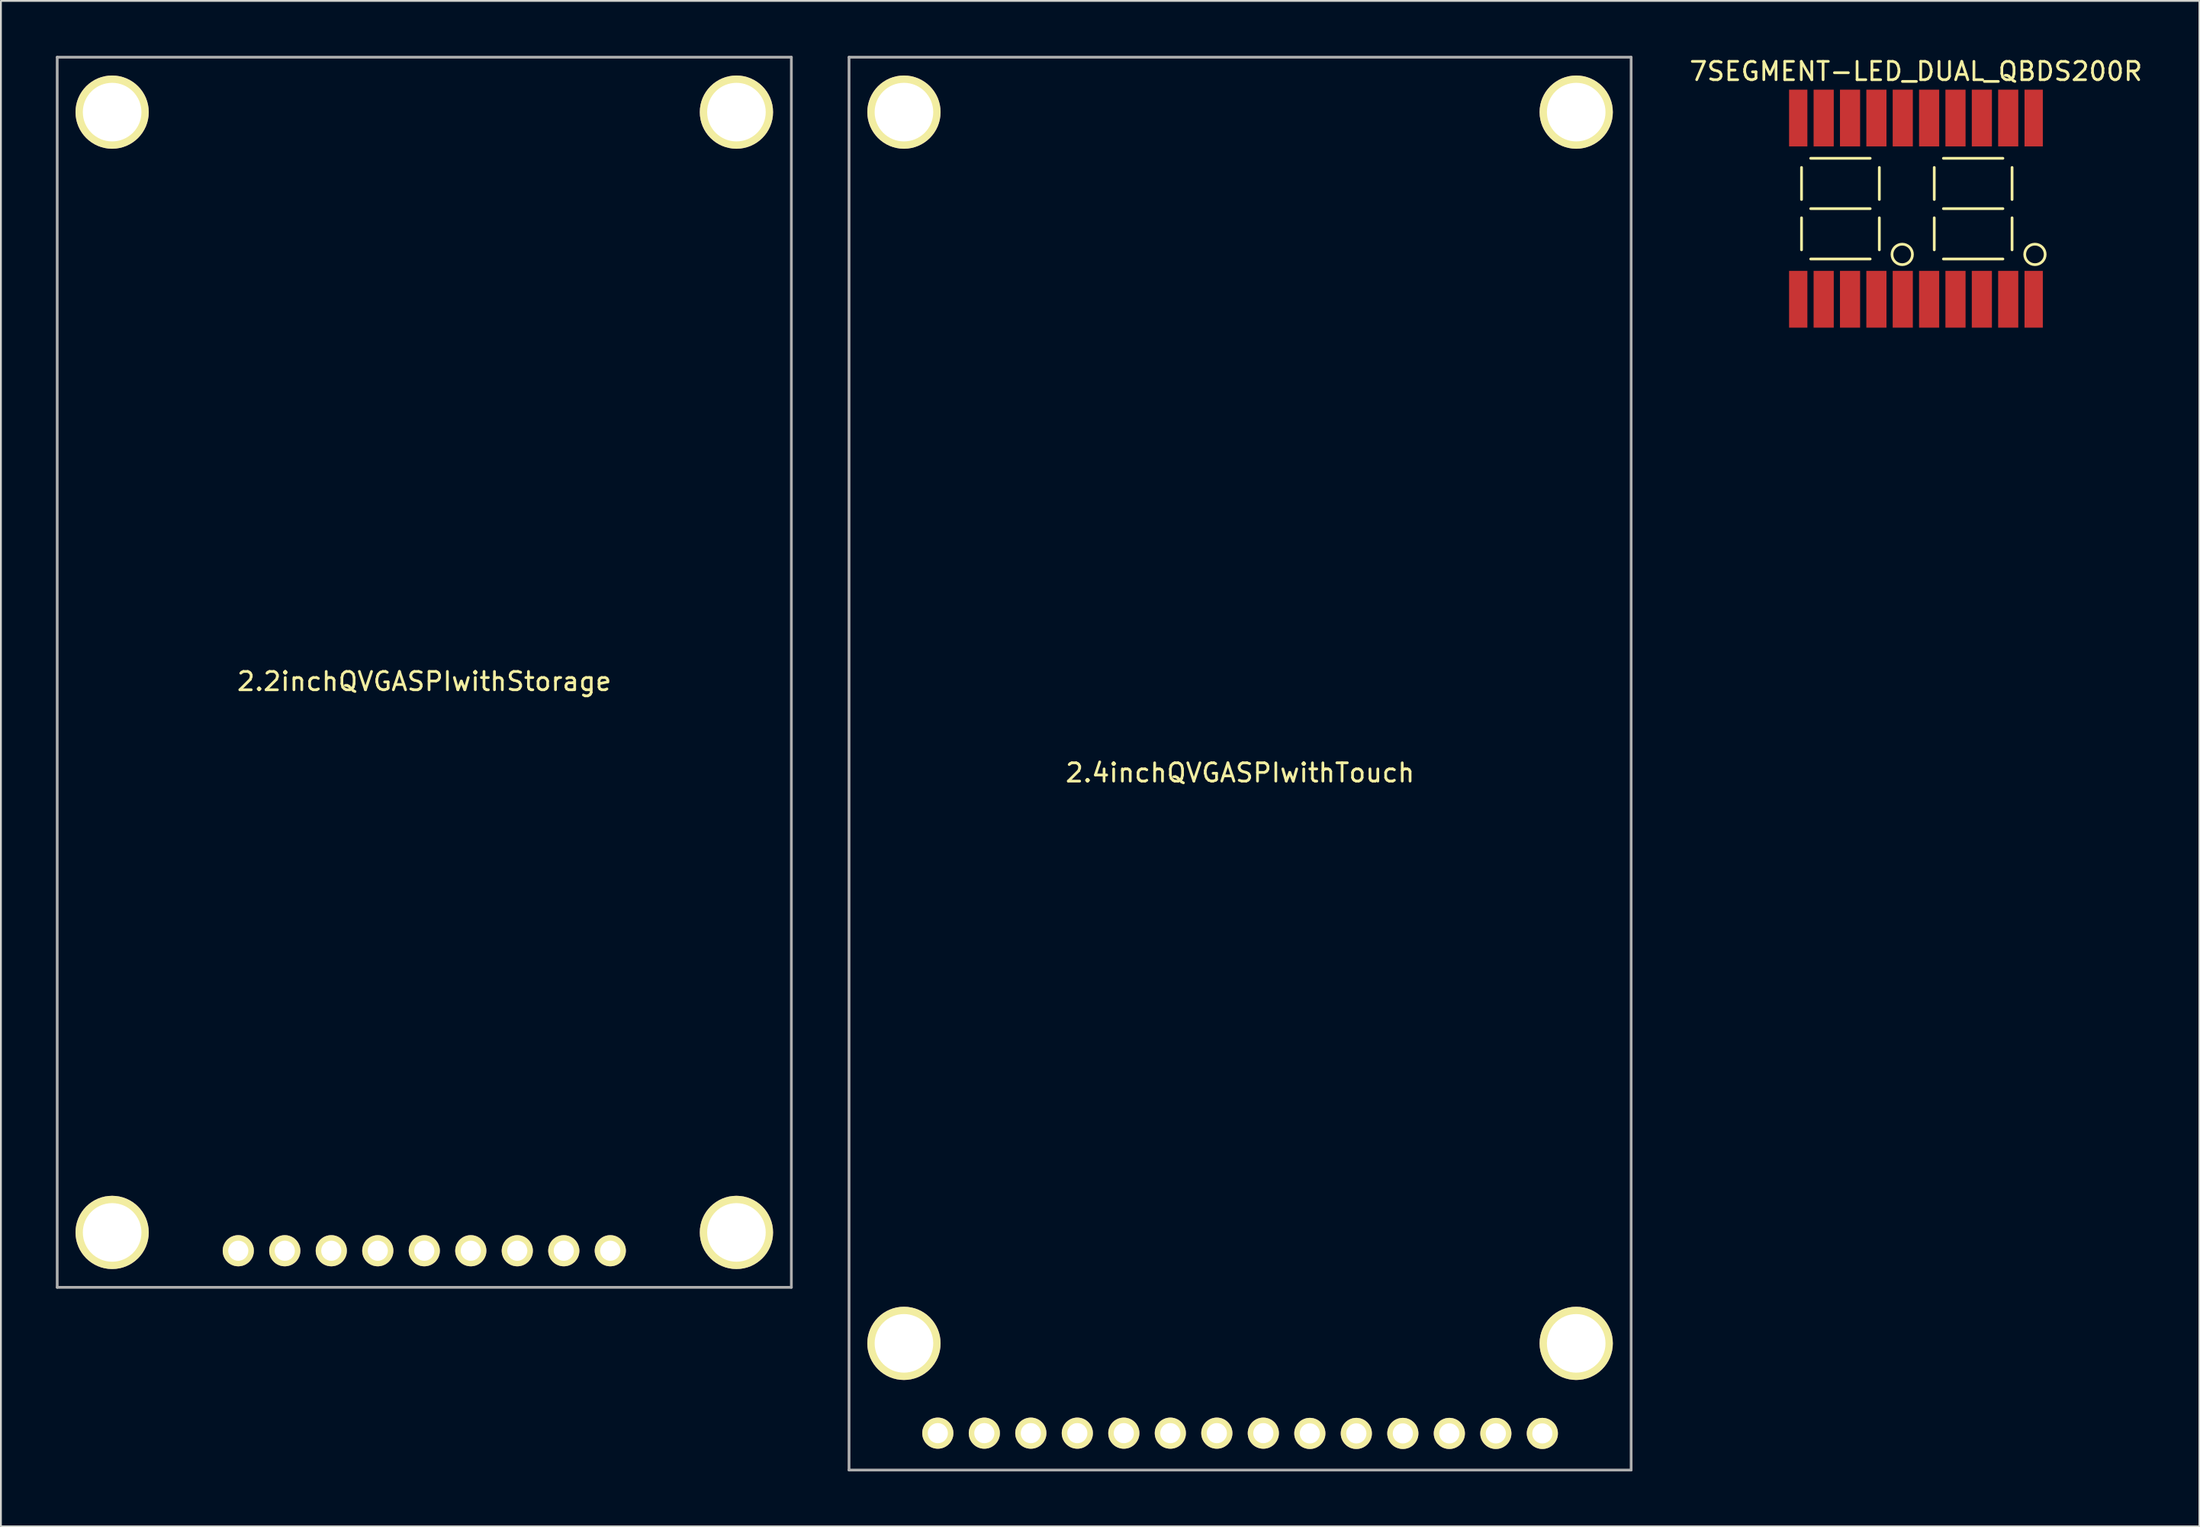
<source format=kicad_pcb>
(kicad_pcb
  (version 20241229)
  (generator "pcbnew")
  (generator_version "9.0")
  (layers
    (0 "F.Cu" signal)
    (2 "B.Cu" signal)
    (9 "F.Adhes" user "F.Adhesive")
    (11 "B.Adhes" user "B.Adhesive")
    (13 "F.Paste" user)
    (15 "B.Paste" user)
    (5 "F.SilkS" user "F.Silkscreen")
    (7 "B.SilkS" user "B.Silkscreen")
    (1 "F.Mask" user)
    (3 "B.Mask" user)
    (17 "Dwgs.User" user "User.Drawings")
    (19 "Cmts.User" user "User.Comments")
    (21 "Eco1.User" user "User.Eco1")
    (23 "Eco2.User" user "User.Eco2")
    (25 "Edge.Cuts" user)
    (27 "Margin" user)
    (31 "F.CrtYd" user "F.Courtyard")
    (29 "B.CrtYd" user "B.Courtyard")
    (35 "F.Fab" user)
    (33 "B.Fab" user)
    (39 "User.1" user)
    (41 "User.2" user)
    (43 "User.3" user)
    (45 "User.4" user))
  (footprint "2.2inchQVGASPIwithStorage"
    (layer "F.Cu")
    (at 20.125 33.675)
    (property "Reference" "2.2inchQVGASPIwithStorage" (at 0 0.5 0) (layer "F.SilkS") (effects (font (size 1 1) (thickness 0.15))))
    (attr through_hole)
    (fp_line (start -20.05 -33.6) (end 20.05 -33.6) (stroke (width 0.15) (type solid)) (layer "F.Fab"))
    (fp_line (start -20.05 33.6) (end -20.05 -33.6) (stroke (width 0.15) (type solid)) (layer "F.Fab"))
    (fp_line (start 20.05 -33.6) (end 20.05 33.6) (stroke (width 0.15) (type solid)) (layer "F.Fab"))
    (fp_line (start 20.05 33.6) (end -20.05 33.6) (stroke (width 0.15) (type solid)) (layer "F.Fab"))
    (pad "" np_thru_hole circle (at -17.05 -30.6) (size 4 4) (drill 3.2) (layers "*.Cu" "*.Mask" "F.SilkS"))
    (pad "" np_thru_hole circle (at -17.05 30.6) (size 4 4) (drill 3.2) (layers "*.Cu" "*.Mask" "F.SilkS"))
    (pad "" np_thru_hole circle (at 17.05 -30.6) (size 4 4) (drill 3.2) (layers "*.Cu" "*.Mask" "F.SilkS"))
    (pad "" np_thru_hole circle (at 17.05 30.6) (size 4 4) (drill 3.2) (layers "*.Cu" "*.Mask" "F.SilkS"))
    (pad "1" thru_hole circle (at -10.16 31.6) (size 1.7 1.7) (drill 1.1) (layers "*.Cu" "*.Mask" "F.SilkS"))
    (pad "2" thru_hole circle (at -7.62 31.6) (size 1.7 1.7) (drill 1.1) (layers "*.Cu" "*.Mask" "F.SilkS"))
    (pad "3" thru_hole circle (at -5.08 31.6) (size 1.7 1.7) (drill 1.1) (layers "*.Cu" "*.Mask" "F.SilkS"))
    (pad "4" thru_hole circle (at -2.54 31.6) (size 1.7 1.7) (drill 1.1) (layers "*.Cu" "*.Mask" "F.SilkS"))
    (pad "5" thru_hole circle (at 0 31.6) (size 1.7 1.7) (drill 1.1) (layers "*.Cu" "*.Mask" "F.SilkS"))
    (pad "6" thru_hole circle (at 2.54 31.6) (size 1.7 1.7) (drill 1.1) (layers "*.Cu" "*.Mask" "F.SilkS"))
    (pad "7" thru_hole circle (at 5.08 31.6) (size 1.7 1.7) (drill 1.1) (layers "*.Cu" "*.Mask" "F.SilkS"))
    (pad "8" thru_hole circle (at 7.62 31.6) (size 1.7 1.7) (drill 1.1) (layers "*.Cu" "*.Mask" "F.SilkS"))
    (pad "9" thru_hole circle (at 10.16 31.6) (size 1.7 1.7) (drill 1.1) (layers "*.Cu" "*.Mask" "F.SilkS")))
  (footprint "2.4inchQVGASPIwithTouch"
    (layer "F.Cu")
    (at 64.685 38.665)
    (property "Reference" "2.4inchQVGASPIwithTouch" (at 0 0.5 0) (layer "F.SilkS") (effects (font (size 1 1) (thickness 0.15))))
    (attr through_hole)
    (fp_line (start -21.36 -38.59) (end 21.36 -38.59) (stroke (width 0.15) (type solid)) (layer "F.Fab"))
    (fp_line (start -21.36 38.59) (end -21.36 -38.59) (stroke (width 0.15) (type solid)) (layer "F.Fab"))
    (fp_line (start 21.36 -38.59) (end 21.36 38.59) (stroke (width 0.15) (type solid)) (layer "F.Fab"))
    (fp_line (start 21.36 38.59) (end -21.36 38.59) (stroke (width 0.15) (type solid)) (layer "F.Fab"))
    (pad "" np_thru_hole circle (at -18.36 -35.59) (size 4 4) (drill 3.2) (layers "*.Cu" "*.Mask" "F.SilkS"))
    (pad "" np_thru_hole circle (at -18.36 31.67) (size 4 4) (drill 3.2) (layers "*.Cu" "*.Mask" "F.SilkS"))
    (pad "" np_thru_hole circle (at 18.36 -35.59) (size 4 4) (drill 3.2) (layers "*.Cu" "*.Mask" "F.SilkS"))
    (pad "" np_thru_hole circle (at 18.36 31.67) (size 4 4) (drill 3.2) (layers "*.Cu" "*.Mask" "F.SilkS"))
    (pad "1" thru_hole circle (at -16.51 36.576) (size 1.7 1.7) (drill 1.1) (layers "*.Cu" "*.Mask" "F.SilkS"))
    (pad "2" thru_hole circle (at -13.97 36.576) (size 1.7 1.7) (drill 1.1) (layers "*.Cu" "*.Mask" "F.SilkS"))
    (pad "3" thru_hole circle (at -11.43 36.576) (size 1.7 1.7) (drill 1.1) (layers "*.Cu" "*.Mask" "F.SilkS"))
    (pad "4" thru_hole circle (at -8.89 36.576) (size 1.7 1.7) (drill 1.1) (layers "*.Cu" "*.Mask" "F.SilkS"))
    (pad "5" thru_hole circle (at -6.35 36.576) (size 1.7 1.7) (drill 1.1) (layers "*.Cu" "*.Mask" "F.SilkS"))
    (pad "6" thru_hole circle (at -3.81 36.576) (size 1.7 1.7) (drill 1.1) (layers "*.Cu" "*.Mask" "F.SilkS"))
    (pad "7" thru_hole circle (at -1.27 36.576) (size 1.7 1.7) (drill 1.1) (layers "*.Cu" "*.Mask" "F.SilkS"))
    (pad "8" thru_hole circle (at 1.27 36.576) (size 1.7 1.7) (drill 1.1) (layers "*.Cu" "*.Mask" "F.SilkS"))
    (pad "9" thru_hole circle (at 3.81 36.59) (size 1.7 1.7) (drill 1.1) (layers "*.Cu" "*.Mask" "F.SilkS"))
    (pad "10" thru_hole circle (at 6.35 36.59) (size 1.7 1.7) (drill 1.1) (layers "*.Cu" "*.Mask" "F.SilkS"))
    (pad "11" thru_hole circle (at 8.89 36.59) (size 1.7 1.7) (drill 1.1) (layers "*.Cu" "*.Mask" "F.SilkS"))
    (pad "12" thru_hole circle (at 11.43 36.59) (size 1.7 1.7) (drill 1.1) (layers "*.Cu" "*.Mask" "F.SilkS"))
    (pad "13" thru_hole circle (at 13.97 36.59) (size 1.7 1.7) (drill 1.1) (layers "*.Cu" "*.Mask" "F.SilkS"))
    (pad "14" thru_hole circle (at 16.51 36.59) (size 1.7 1.7) (drill 1.1) (layers "*.Cu" "*.Mask" "F.SilkS")))
  (footprint "7SEGMENT-LED_DUAL_QBDS200R"
    (layer "F.Cu")
    (at 101.602 8.348)
    (property "Reference" "7SEGMENT-LED_DUAL_QBDS200R" (at 0 -7.5 0) (layer "F.SilkS") (effects (font (size 1 1) (thickness 0.15))))
    (attr smd)
    (fp_line (start -6.25 -2.25) (end -6.25 -0.5) (stroke (width 0.15) (type solid)) (layer "F.SilkS"))
    (fp_line (start -6.25 2.25) (end -6.25 0.5) (stroke (width 0.15) (type solid)) (layer "F.SilkS"))
    (fp_line (start -5.75 -2.75) (end -2.5 -2.75) (stroke (width 0.15) (type solid)) (layer "F.SilkS"))
    (fp_line (start -5.75 0) (end -2.5 0) (stroke (width 0.15) (type solid)) (layer "F.SilkS"))
    (fp_line (start -5.75 2.75) (end -2.5 2.75) (stroke (width 0.15) (type solid)) (layer "F.SilkS"))
    (fp_line (start -2 -2.25) (end -2 -0.5) (stroke (width 0.15) (type solid)) (layer "F.SilkS"))
    (fp_line (start -2 0.5) (end -2 2.25) (stroke (width 0.15) (type solid)) (layer "F.SilkS"))
    (fp_line (start 1 -2.25) (end 1 -0.5) (stroke (width 0.15) (type solid)) (layer "F.SilkS"))
    (fp_line (start 1 2.25) (end 1 0.5) (stroke (width 0.15) (type solid)) (layer "F.SilkS"))
    (fp_line (start 1.5 -2.75) (end 4.75 -2.75) (stroke (width 0.15) (type solid)) (layer "F.SilkS"))
    (fp_line (start 1.5 0) (end 4.75 0) (stroke (width 0.15) (type solid)) (layer "F.SilkS"))
    (fp_line (start 1.5 2.75) (end 4.75 2.75) (stroke (width 0.15) (type solid)) (layer "F.SilkS"))
    (fp_line (start 5.25 -2.25) (end 5.25 -0.5) (stroke (width 0.15) (type solid)) (layer "F.SilkS"))
    (fp_line (start 5.25 0.5) (end 5.25 2.25) (stroke (width 0.15) (type solid)) (layer "F.SilkS"))
    (fp_circle (center -0.75 2.5) (end -0.25 2.25) (stroke (width 0.15) (type solid)) (fill no) (layer "F.SilkS"))
    (fp_circle (center 6.5 2.5) (end 7 2.25) (stroke (width 0.15) (type solid)) (fill no) (layer "F.SilkS"))
    (pad "1" smd rect (at -6.43 4.95) (size 1 3.1) (layers "F.Cu" "F.Mask" "F.Paste"))
    (pad "2" smd rect (at -5.04 4.95) (size 1.1 3.1) (layers "F.Cu" "F.Mask" "F.Paste"))
    (pad "3" smd rect (at -3.6 4.95) (size 1.1 3.1) (layers "F.Cu" "F.Mask" "F.Paste"))
    (pad "4" smd rect (at -2.16 4.95) (size 1.1 3.1) (layers "F.Cu" "F.Mask" "F.Paste"))
    (pad "5" smd rect (at -0.72 4.95) (size 1.1 3.1) (layers "F.Cu" "F.Mask" "F.Paste"))
    (pad "6" smd rect (at 0.72 4.95) (size 1.1 3.1) (layers "F.Cu" "F.Mask" "F.Paste"))
    (pad "7" smd rect (at 2.16 4.95) (size 1.1 3.1) (layers "F.Cu" "F.Mask" "F.Paste"))
    (pad "8" smd rect (at 3.6 4.95) (size 1.1 3.1) (layers "F.Cu" "F.Mask" "F.Paste"))
    (pad "9" smd rect (at 5.04 4.95) (size 1.1 3.1) (layers "F.Cu" "F.Mask" "F.Paste"))
    (pad "10" smd rect (at 6.43 4.95) (size 1 3.1) (layers "F.Cu" "F.Mask" "F.Paste"))
    (pad "11" smd rect (at 6.43 -4.95) (size 1 3.1) (layers "F.Cu" "F.Mask" "F.Paste"))
    (pad "12" smd rect (at 5.04 -4.95) (size 1.1 3.1) (layers "F.Cu" "F.Mask" "F.Paste"))
    (pad "13" smd rect (at 3.6 -4.95) (size 1.1 3.1) (layers "F.Cu" "F.Mask" "F.Paste"))
    (pad "14" smd rect (at 2.16 -4.95) (size 1.1 3.1) (layers "F.Cu" "F.Mask" "F.Paste"))
    (pad "15" smd rect (at 0.72 -4.95) (size 1.1 3.1) (layers "F.Cu" "F.Mask" "F.Paste"))
    (pad "16" smd rect (at -0.72 -4.95) (size 1.1 3.1) (layers "F.Cu" "F.Mask" "F.Paste"))
    (pad "17" smd rect (at -2.16 -4.95) (size 1.1 3.1) (layers "F.Cu" "F.Mask" "F.Paste"))
    (pad "18" smd rect (at -3.6 -4.95) (size 1.1 3.1) (layers "F.Cu" "F.Mask" "F.Paste"))
    (pad "19" smd rect (at -5.04 -4.95) (size 1.1 3.1) (layers "F.Cu" "F.Mask" "F.Paste"))
    (pad "20" smd rect (at -6.43 -4.95) (size 1 3.1) (layers "F.Cu" "F.Mask" "F.Paste")))
  (gr_rect
    (start -3 -3)
    (end 117.084 80.33)
    (stroke (width 0.1) (type default))
    (fill no)
    (layer "Edge.Cuts")))
</source>
